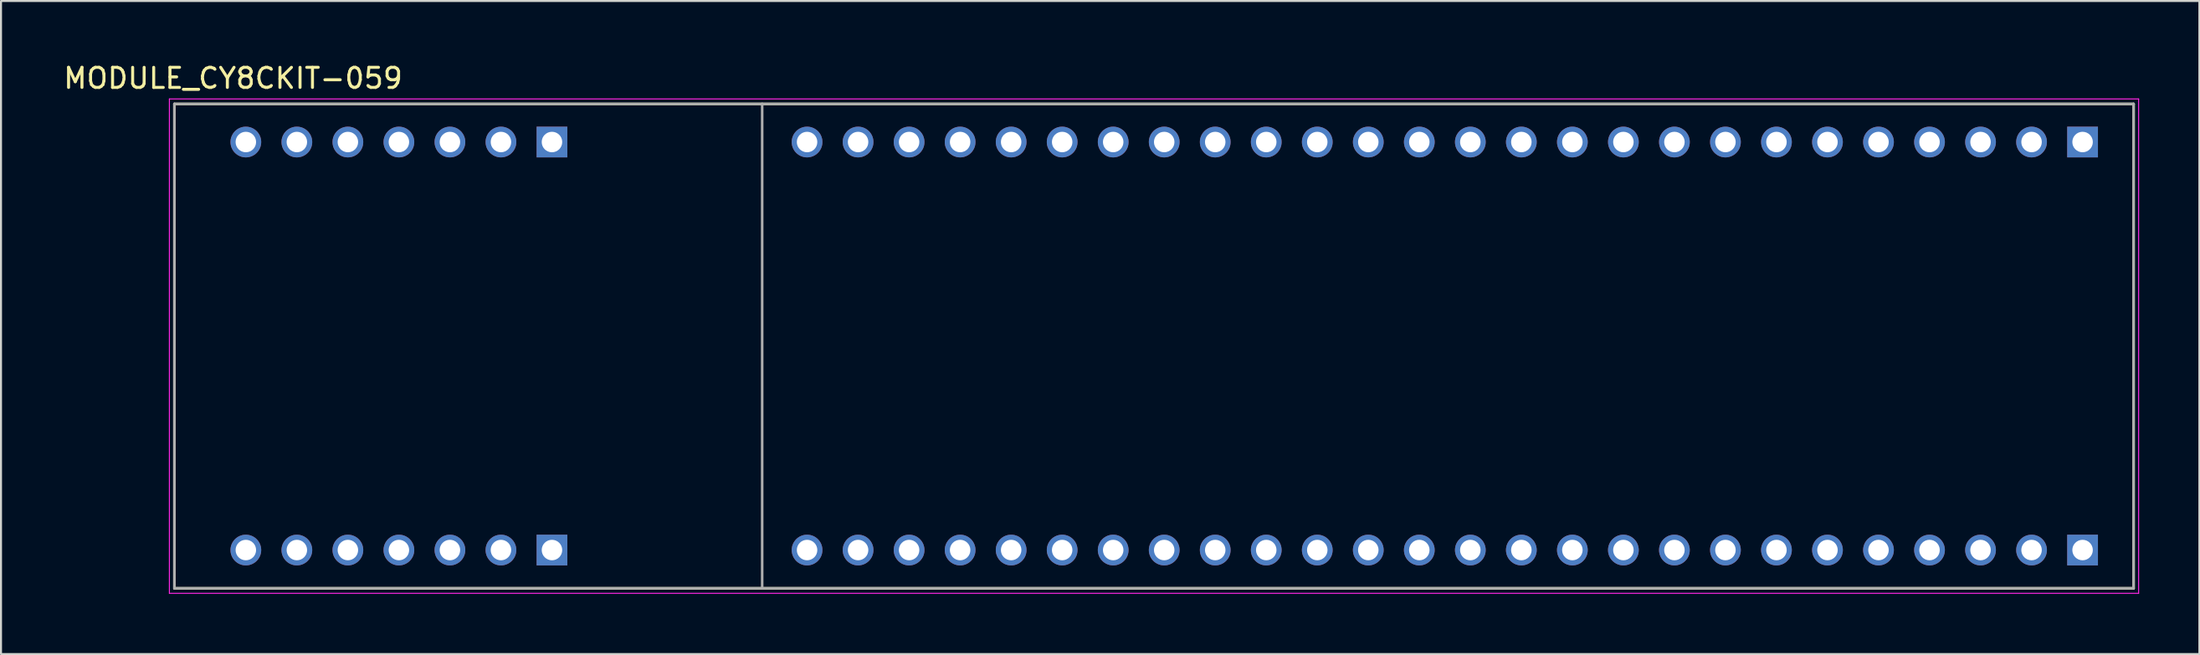
<source format=kicad_pcb>
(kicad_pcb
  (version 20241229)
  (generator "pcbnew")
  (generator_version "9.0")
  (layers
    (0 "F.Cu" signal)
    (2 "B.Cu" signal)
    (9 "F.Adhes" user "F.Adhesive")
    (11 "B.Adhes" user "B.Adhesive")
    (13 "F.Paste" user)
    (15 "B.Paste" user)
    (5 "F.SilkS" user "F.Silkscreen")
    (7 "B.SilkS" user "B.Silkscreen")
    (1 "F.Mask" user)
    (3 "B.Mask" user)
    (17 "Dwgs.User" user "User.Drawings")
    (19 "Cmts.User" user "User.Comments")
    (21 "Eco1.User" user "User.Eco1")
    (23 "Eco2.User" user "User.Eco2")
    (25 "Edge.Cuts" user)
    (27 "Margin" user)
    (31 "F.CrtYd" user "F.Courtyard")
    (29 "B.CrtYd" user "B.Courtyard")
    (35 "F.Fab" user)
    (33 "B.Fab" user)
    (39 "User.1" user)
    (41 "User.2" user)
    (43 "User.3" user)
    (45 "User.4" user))
  (footprint "MODULE_CY8CKIT-059"
    (layer "F.Cu")
    (at 54.909 14.183)
    (property "Reference" "MODULE_CY8CKIT-059" (at -46.355 -13.335 0) (layer "F.SilkS") (effects (font (size 1 1) (thickness 0.15))))
    (attr through_hole)
    (fp_line (start -49.276 -12.057) (end -49.276 12.065) (stroke (width 0.127) (type solid)) (layer "F.SilkS"))
    (fp_line (start -49.276 12.065) (end 48.26 12.065) (stroke (width 0.127) (type solid)) (layer "F.SilkS"))
    (fp_line (start 48.26 -12.057) (end -49.276 -12.057) (stroke (width 0.127) (type solid)) (layer "F.SilkS"))
    (fp_line (start 48.26 12.065) (end 48.26 -12.057) (stroke (width 0.127) (type solid)) (layer "F.SilkS"))
    (fp_line (start -49.526 -12.307) (end 48.51 -12.307) (stroke (width 0.05) (type solid)) (layer "F.CrtYd"))
    (fp_line (start -49.526 12.315) (end -49.526 -12.307) (stroke (width 0.05) (type solid)) (layer "F.CrtYd"))
    (fp_line (start 48.51 -12.307) (end 48.51 12.315) (stroke (width 0.05) (type solid)) (layer "F.CrtYd"))
    (fp_line (start 48.51 12.315) (end -49.526 12.315) (stroke (width 0.05) (type solid)) (layer "F.CrtYd"))
    (fp_line (start -49.276 -12.057) (end -49.276 12.065) (stroke (width 0.127) (type solid)) (layer "F.Fab"))
    (fp_line (start -49.276 12.065) (end -20.015 12.065) (stroke (width 0.127) (type solid)) (layer "F.Fab"))
    (fp_line (start -20.015 -12.057) (end -49.276 -12.057) (stroke (width 0.127) (type solid)) (layer "F.Fab"))
    (fp_line (start -20.015 -12.057) (end -20.015 12.065) (stroke (width 0.127) (type solid)) (layer "F.Fab"))
    (fp_line (start -20.015 12.065) (end 48.26 12.065) (stroke (width 0.127) (type solid)) (layer "F.Fab"))
    (fp_line (start 48.26 -12.057) (end -20.015 -12.057) (stroke (width 0.127) (type solid)) (layer "F.Fab"))
    (fp_line (start 48.26 12.065) (end 48.26 -12.057) (stroke (width 0.127) (type solid)) (layer "F.Fab"))
    (pad "J1.1" thru_hole rect (at 45.72 -10.16) (size 1.53 1.53) (drill 1.02) (layers "*.Cu" "*.Mask"))
    (pad "J1.2" thru_hole circle (at 43.18 -10.16) (size 1.53 1.53) (drill 1.02) (layers "*.Cu" "*.Mask"))
    (pad "J1.3" thru_hole circle (at 40.64 -10.16) (size 1.53 1.53) (drill 1.02) (layers "*.Cu" "*.Mask"))
    (pad "J1.4" thru_hole circle (at 38.1 -10.16) (size 1.53 1.53) (drill 1.02) (layers "*.Cu" "*.Mask"))
    (pad "J1.5" thru_hole circle (at 35.56 -10.16) (size 1.53 1.53) (drill 1.02) (layers "*.Cu" "*.Mask"))
    (pad "J1.6" thru_hole circle (at 33.02 -10.16) (size 1.53 1.53) (drill 1.02) (layers "*.Cu" "*.Mask"))
    (pad "J1.7" thru_hole circle (at 30.48 -10.16) (size 1.53 1.53) (drill 1.02) (layers "*.Cu" "*.Mask"))
    (pad "J1.8" thru_hole circle (at 27.94 -10.16) (size 1.53 1.53) (drill 1.02) (layers "*.Cu" "*.Mask"))
    (pad "J1.9" thru_hole circle (at 25.4 -10.16) (size 1.53 1.53) (drill 1.02) (layers "*.Cu" "*.Mask"))
    (pad "J1.10" thru_hole circle (at 22.86 -10.16) (size 1.53 1.53) (drill 1.02) (layers "*.Cu" "*.Mask"))
    (pad "J1.11" thru_hole circle (at 20.32 -10.16) (size 1.53 1.53) (drill 1.02) (layers "*.Cu" "*.Mask"))
    (pad "J1.12" thru_hole circle (at 17.78 -10.16) (size 1.53 1.53) (drill 1.02) (layers "*.Cu" "*.Mask"))
    (pad "J1.13" thru_hole circle (at 15.24 -10.16) (size 1.53 1.53) (drill 1.02) (layers "*.Cu" "*.Mask"))
    (pad "J1.14" thru_hole circle (at 12.7 -10.16) (size 1.53 1.53) (drill 1.02) (layers "*.Cu" "*.Mask"))
    (pad "J1.15" thru_hole circle (at 10.16 -10.16) (size 1.53 1.53) (drill 1.02) (layers "*.Cu" "*.Mask"))
    (pad "J1.16" thru_hole circle (at 7.62 -10.16) (size 1.53 1.53) (drill 1.02) (layers "*.Cu" "*.Mask"))
    (pad "J1.17" thru_hole circle (at 5.08 -10.16) (size 1.53 1.53) (drill 1.02) (layers "*.Cu" "*.Mask"))
    (pad "J1.18" thru_hole circle (at 2.54 -10.16) (size 1.53 1.53) (drill 1.02) (layers "*.Cu" "*.Mask"))
    (pad "J1.19" thru_hole circle (at 0 -10.16) (size 1.53 1.53) (drill 1.02) (layers "*.Cu" "*.Mask"))
    (pad "J1.20" thru_hole circle (at -2.54 -10.16) (size 1.53 1.53) (drill 1.02) (layers "*.Cu" "*.Mask"))
    (pad "J1.21" thru_hole circle (at -5.08 -10.16) (size 1.53 1.53) (drill 1.02) (layers "*.Cu" "*.Mask"))
    (pad "J1.22" thru_hole circle (at -7.62 -10.16) (size 1.53 1.53) (drill 1.02) (layers "*.Cu" "*.Mask"))
    (pad "J1.23" thru_hole circle (at -10.16 -10.16) (size 1.53 1.53) (drill 1.02) (layers "*.Cu" "*.Mask"))
    (pad "J1.24" thru_hole circle (at -12.7 -10.16) (size 1.53 1.53) (drill 1.02) (layers "*.Cu" "*.Mask"))
    (pad "J1.25" thru_hole circle (at -15.24 -10.16) (size 1.53 1.53) (drill 1.02) (layers "*.Cu" "*.Mask"))
    (pad "J1.26" thru_hole circle (at -17.78 -10.16) (size 1.53 1.53) (drill 1.02) (layers "*.Cu" "*.Mask"))
    (pad "J2.1" thru_hole rect (at 45.72 10.16) (size 1.53 1.53) (drill 1.02) (layers "*.Cu" "*.Mask"))
    (pad "J2.2" thru_hole circle (at 43.18 10.16) (size 1.53 1.53) (drill 1.02) (layers "*.Cu" "*.Mask"))
    (pad "J2.3" thru_hole circle (at 40.64 10.16) (size 1.53 1.53) (drill 1.02) (layers "*.Cu" "*.Mask"))
    (pad "J2.4" thru_hole circle (at 38.1 10.16) (size 1.53 1.53) (drill 1.02) (layers "*.Cu" "*.Mask"))
    (pad "J2.5" thru_hole circle (at 35.56 10.16) (size 1.53 1.53) (drill 1.02) (layers "*.Cu" "*.Mask"))
    (pad "J2.6" thru_hole circle (at 33.02 10.16) (size 1.53 1.53) (drill 1.02) (layers "*.Cu" "*.Mask"))
    (pad "J2.7" thru_hole circle (at 30.48 10.16) (size 1.53 1.53) (drill 1.02) (layers "*.Cu" "*.Mask"))
    (pad "J2.8" thru_hole circle (at 27.94 10.16) (size 1.53 1.53) (drill 1.02) (layers "*.Cu" "*.Mask"))
    (pad "J2.9" thru_hole circle (at 25.4 10.16) (size 1.53 1.53) (drill 1.02) (layers "*.Cu" "*.Mask"))
    (pad "J2.10" thru_hole circle (at 22.86 10.16) (size 1.53 1.53) (drill 1.02) (layers "*.Cu" "*.Mask"))
    (pad "J2.11" thru_hole circle (at 20.32 10.16) (size 1.53 1.53) (drill 1.02) (layers "*.Cu" "*.Mask"))
    (pad "J2.12" thru_hole circle (at 17.78 10.16) (size 1.53 1.53) (drill 1.02) (layers "*.Cu" "*.Mask"))
    (pad "J2.13" thru_hole circle (at 15.24 10.16) (size 1.53 1.53) (drill 1.02) (layers "*.Cu" "*.Mask"))
    (pad "J2.14" thru_hole circle (at 12.7 10.16) (size 1.53 1.53) (drill 1.02) (layers "*.Cu" "*.Mask"))
    (pad "J2.15" thru_hole circle (at 10.16 10.16) (size 1.53 1.53) (drill 1.02) (layers "*.Cu" "*.Mask"))
    (pad "J2.16" thru_hole circle (at 7.62 10.16) (size 1.53 1.53) (drill 1.02) (layers "*.Cu" "*.Mask"))
    (pad "J2.17" thru_hole circle (at 5.08 10.16) (size 1.53 1.53) (drill 1.02) (layers "*.Cu" "*.Mask"))
    (pad "J2.18" thru_hole circle (at 2.54 10.16) (size 1.53 1.53) (drill 1.02) (layers "*.Cu" "*.Mask"))
    (pad "J2.19" thru_hole circle (at 0 10.16) (size 1.53 1.53) (drill 1.02) (layers "*.Cu" "*.Mask"))
    (pad "J2.20" thru_hole circle (at -2.54 10.16) (size 1.53 1.53) (drill 1.02) (layers "*.Cu" "*.Mask"))
    (pad "J2.21" thru_hole circle (at -5.08 10.16) (size 1.53 1.53) (drill 1.02) (layers "*.Cu" "*.Mask"))
    (pad "J2.22" thru_hole circle (at -7.62 10.16) (size 1.53 1.53) (drill 1.02) (layers "*.Cu" "*.Mask"))
    (pad "J2.23" thru_hole circle (at -10.16 10.16) (size 1.53 1.53) (drill 1.02) (layers "*.Cu" "*.Mask"))
    (pad "J2.24" thru_hole circle (at -12.7 10.16) (size 1.53 1.53) (drill 1.02) (layers "*.Cu" "*.Mask"))
    (pad "J2.25" thru_hole circle (at -15.24 10.16) (size 1.53 1.53) (drill 1.02) (layers "*.Cu" "*.Mask"))
    (pad "J2.26" thru_hole circle (at -17.78 10.16) (size 1.53 1.53) (drill 1.02) (layers "*.Cu" "*.Mask"))
    (pad "J8.1" thru_hole rect (at -30.48 10.16) (size 1.53 1.53) (drill 1.02) (layers "*.Cu" "*.Mask"))
    (pad "J8.2" thru_hole circle (at -33.02 10.16) (size 1.53 1.53) (drill 1.02) (layers "*.Cu" "*.Mask"))
    (pad "J8.3" thru_hole circle (at -35.56 10.16) (size 1.53 1.53) (drill 1.02) (layers "*.Cu" "*.Mask"))
    (pad "J8.4" thru_hole circle (at -38.1 10.16) (size 1.53 1.53) (drill 1.02) (layers "*.Cu" "*.Mask"))
    (pad "J8.5" thru_hole circle (at -40.64 10.16) (size 1.53 1.53) (drill 1.02) (layers "*.Cu" "*.Mask"))
    (pad "J8.6" thru_hole circle (at -43.18 10.16) (size 1.53 1.53) (drill 1.02) (layers "*.Cu" "*.Mask"))
    (pad "J8.7" thru_hole circle (at -45.72 10.16) (size 1.53 1.53) (drill 1.02) (layers "*.Cu" "*.Mask"))
    (pad "J9.1" thru_hole rect (at -30.48 -10.16) (size 1.53 1.53) (drill 1.02) (layers "*.Cu" "*.Mask"))
    (pad "J9.2" thru_hole circle (at -33.02 -10.16) (size 1.53 1.53) (drill 1.02) (layers "*.Cu" "*.Mask"))
    (pad "J9.3" thru_hole circle (at -35.56 -10.16) (size 1.53 1.53) (drill 1.02) (layers "*.Cu" "*.Mask"))
    (pad "J9.4" thru_hole circle (at -38.1 -10.16) (size 1.53 1.53) (drill 1.02) (layers "*.Cu" "*.Mask"))
    (pad "J9.5" thru_hole circle (at -40.64 -10.16) (size 1.53 1.53) (drill 1.02) (layers "*.Cu" "*.Mask"))
    (pad "J9.6" thru_hole circle (at -43.18 -10.16) (size 1.53 1.53) (drill 1.02) (layers "*.Cu" "*.Mask"))
    (pad "J9.7" thru_hole circle (at -45.72 -10.16) (size 1.53 1.53) (drill 1.02) (layers "*.Cu" "*.Mask")))
  (gr_rect
    (start -3 -3)
    (end 106.444 29.523)
    (stroke (width 0.1) (type default))
    (fill no)
    (layer "Edge.Cuts")))
</source>
